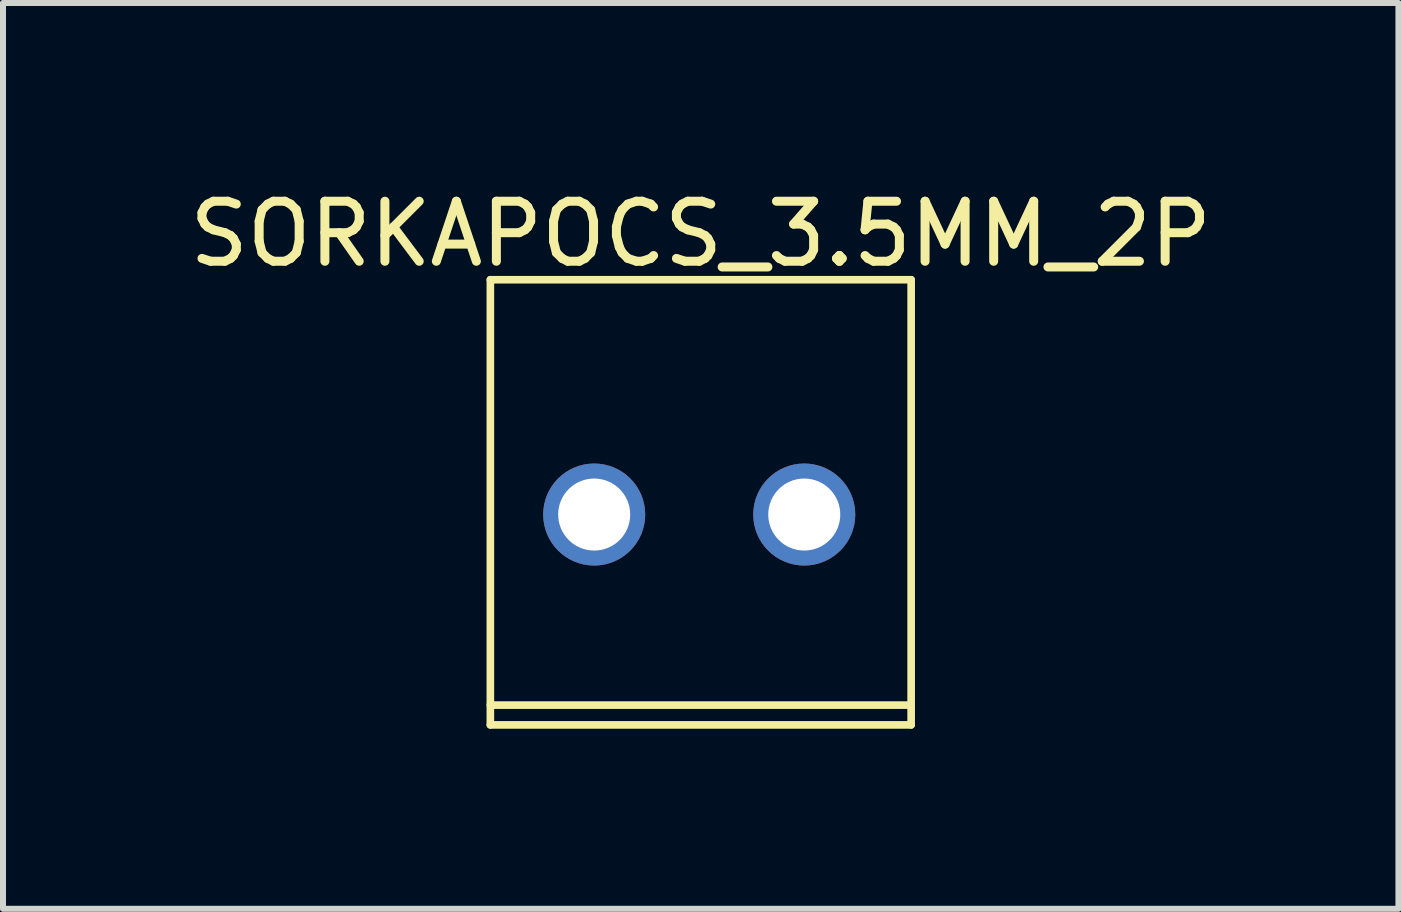
<source format=kicad_pcb>
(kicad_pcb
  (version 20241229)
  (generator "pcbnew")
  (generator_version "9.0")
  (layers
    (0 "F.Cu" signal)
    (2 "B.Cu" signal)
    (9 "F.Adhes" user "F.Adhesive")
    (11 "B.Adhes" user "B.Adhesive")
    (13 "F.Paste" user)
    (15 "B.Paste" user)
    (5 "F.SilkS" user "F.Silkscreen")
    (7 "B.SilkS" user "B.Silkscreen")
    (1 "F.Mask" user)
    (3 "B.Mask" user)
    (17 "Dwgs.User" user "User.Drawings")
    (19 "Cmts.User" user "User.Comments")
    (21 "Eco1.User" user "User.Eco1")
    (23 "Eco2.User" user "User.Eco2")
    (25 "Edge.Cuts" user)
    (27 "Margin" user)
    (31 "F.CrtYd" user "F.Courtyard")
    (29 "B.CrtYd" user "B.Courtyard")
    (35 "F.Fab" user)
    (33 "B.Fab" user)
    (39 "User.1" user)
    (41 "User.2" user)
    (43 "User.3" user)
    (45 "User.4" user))
  (footprint "SORKAPOCS_3.5MM_2P"
    (layer "F.Cu")
    (at 8.6 5.523)
    (property "Reference" "SORKAPOCS_3.5MM_2P" (at 0.025 -4.675 0) (layer "F.SilkS") (effects (font (size 1 1) (thickness 0.15))))
    (fp_line (start -3.48 -3.912) (end 3.531 -3.912) (stroke (width 0.127) (type solid)) (layer "F.SilkS"))
    (fp_line (start -3.48 3.175) (end 3.505 3.175) (stroke (width 0.127) (type solid)) (layer "F.SilkS"))
    (fp_line (start -3.48 3.505) (end -3.48 -3.912) (stroke (width 0.127) (type solid)) (layer "F.SilkS"))
    (fp_line (start -3.48 3.505) (end 3.531 3.505) (stroke (width 0.127) (type solid)) (layer "F.SilkS"))
    (fp_line (start 3.531 3.505) (end 3.531 -3.912) (stroke (width 0.127) (type solid)) (layer "F.SilkS"))
    (pad "1" thru_hole circle (at -1.75 0 180) (size 1.7 1.7) (drill 1.2) (layers "*.Cu" "*.Mask"))
    (pad "2" thru_hole circle (at 1.75 0 180) (size 1.7 1.7) (drill 1.2) (layers "*.Cu" "*.Mask")))
  (gr_rect
    (start -3 -3)
    (end 20.25 12.092)
    (stroke (width 0.1) (type default))
    (fill no)
    (layer "Edge.Cuts")))
</source>
